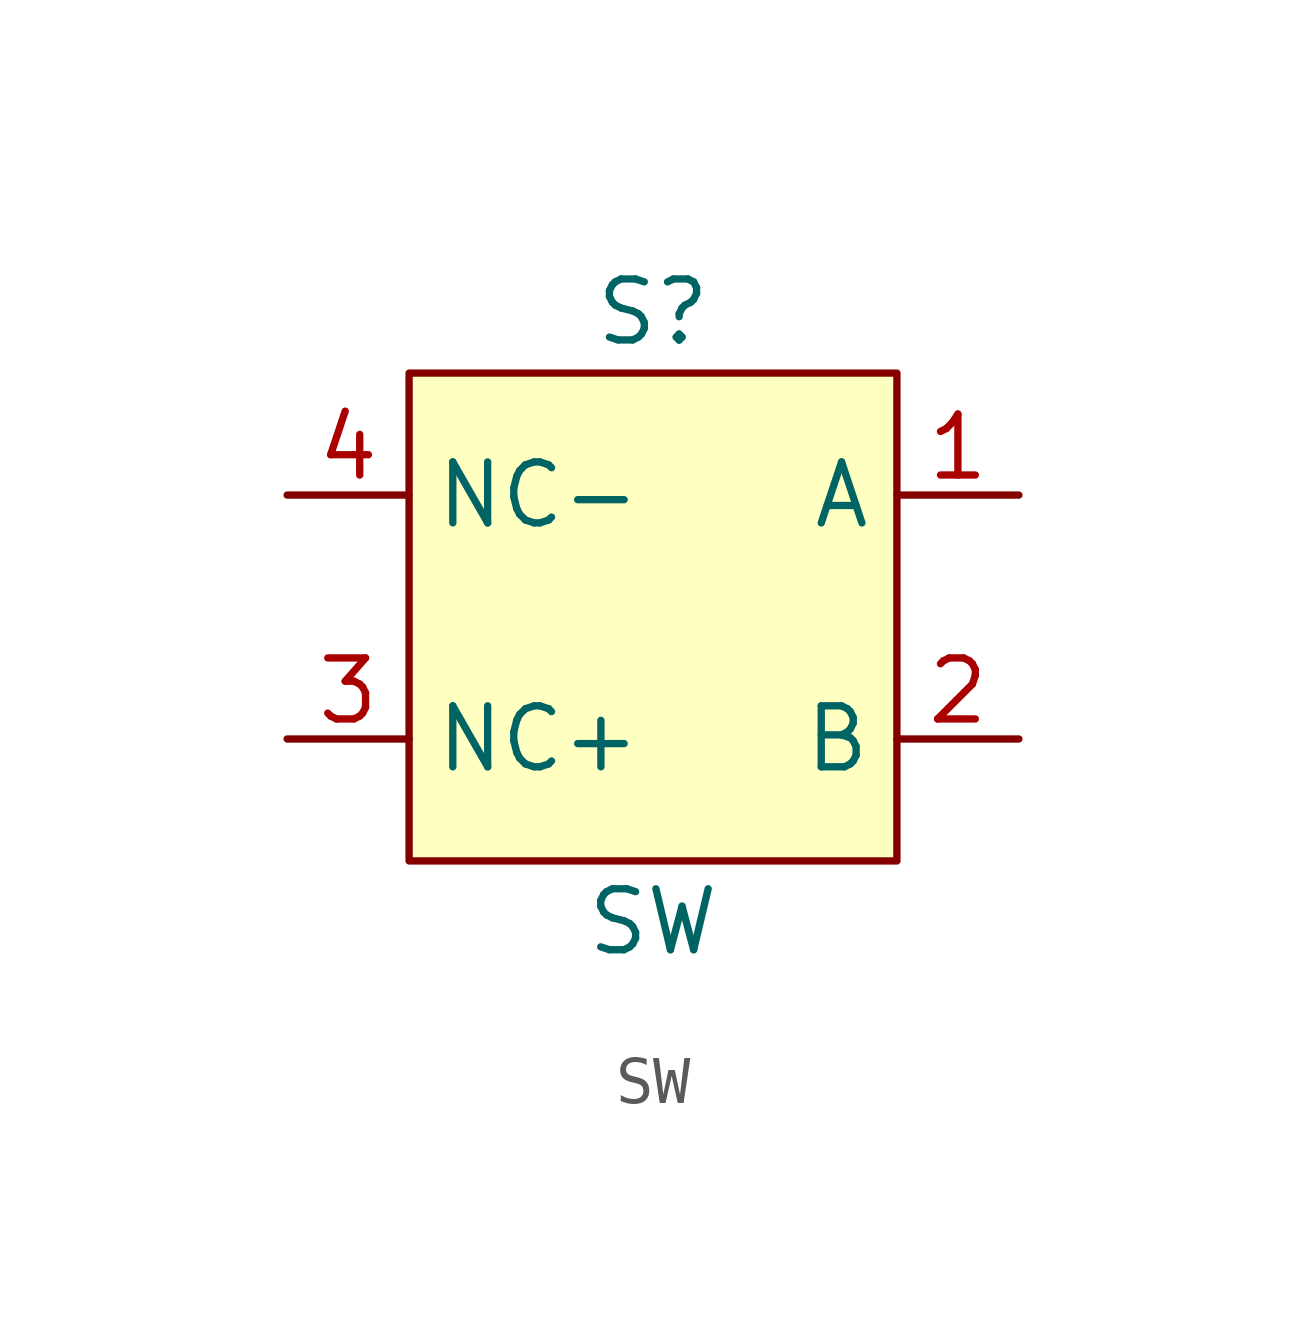
<source format=kicad_sym>
(kicad_symbol_lib
  (version 20231120)
  (generator "kicad_symbol_editor")
  (generator_version "8.0")
  (symbol "SW"
    (property "Reference" "S"
      (at 0 6.35 0)
      (effects (font (size 1.27 1.27))))
    (property "Value" "SW"
      (at 0 -6.35 0)
      (effects (font (size 1.27 1.27))))
    (symbol "SW_0_1"
      (rectangle (start -5.08 5.08) (end 5.08 -5.08) (stroke (width 0) (type default)) (fill (type background))))
    (symbol "SW_1_1"
      (pin passive line (at 7.62 2.54 180) (length 2.54) (name "A" (effects (font (size 1.27 1.27)))) (number "1" (effects (font (size 1.27 1.27)))))
      (pin passive line (at 7.62 -2.54 180) (length 2.54) (name "B" (effects (font (size 1.27 1.27)))) (number "2" (effects (font (size 1.27 1.27)))))
      (pin passive line (at -7.62 -2.54 0) (length 2.54) (name "NC+" (effects (font (size 1.27 1.27)))) (number "3" (effects (font (size 1.27 1.27)))))
      (pin passive line (at -7.62 2.54 0) (length 2.54) (name "NC-" (effects (font (size 1.27 1.27)))) (number "4" (effects (font (size 1.27 1.27))))))))
</source>
